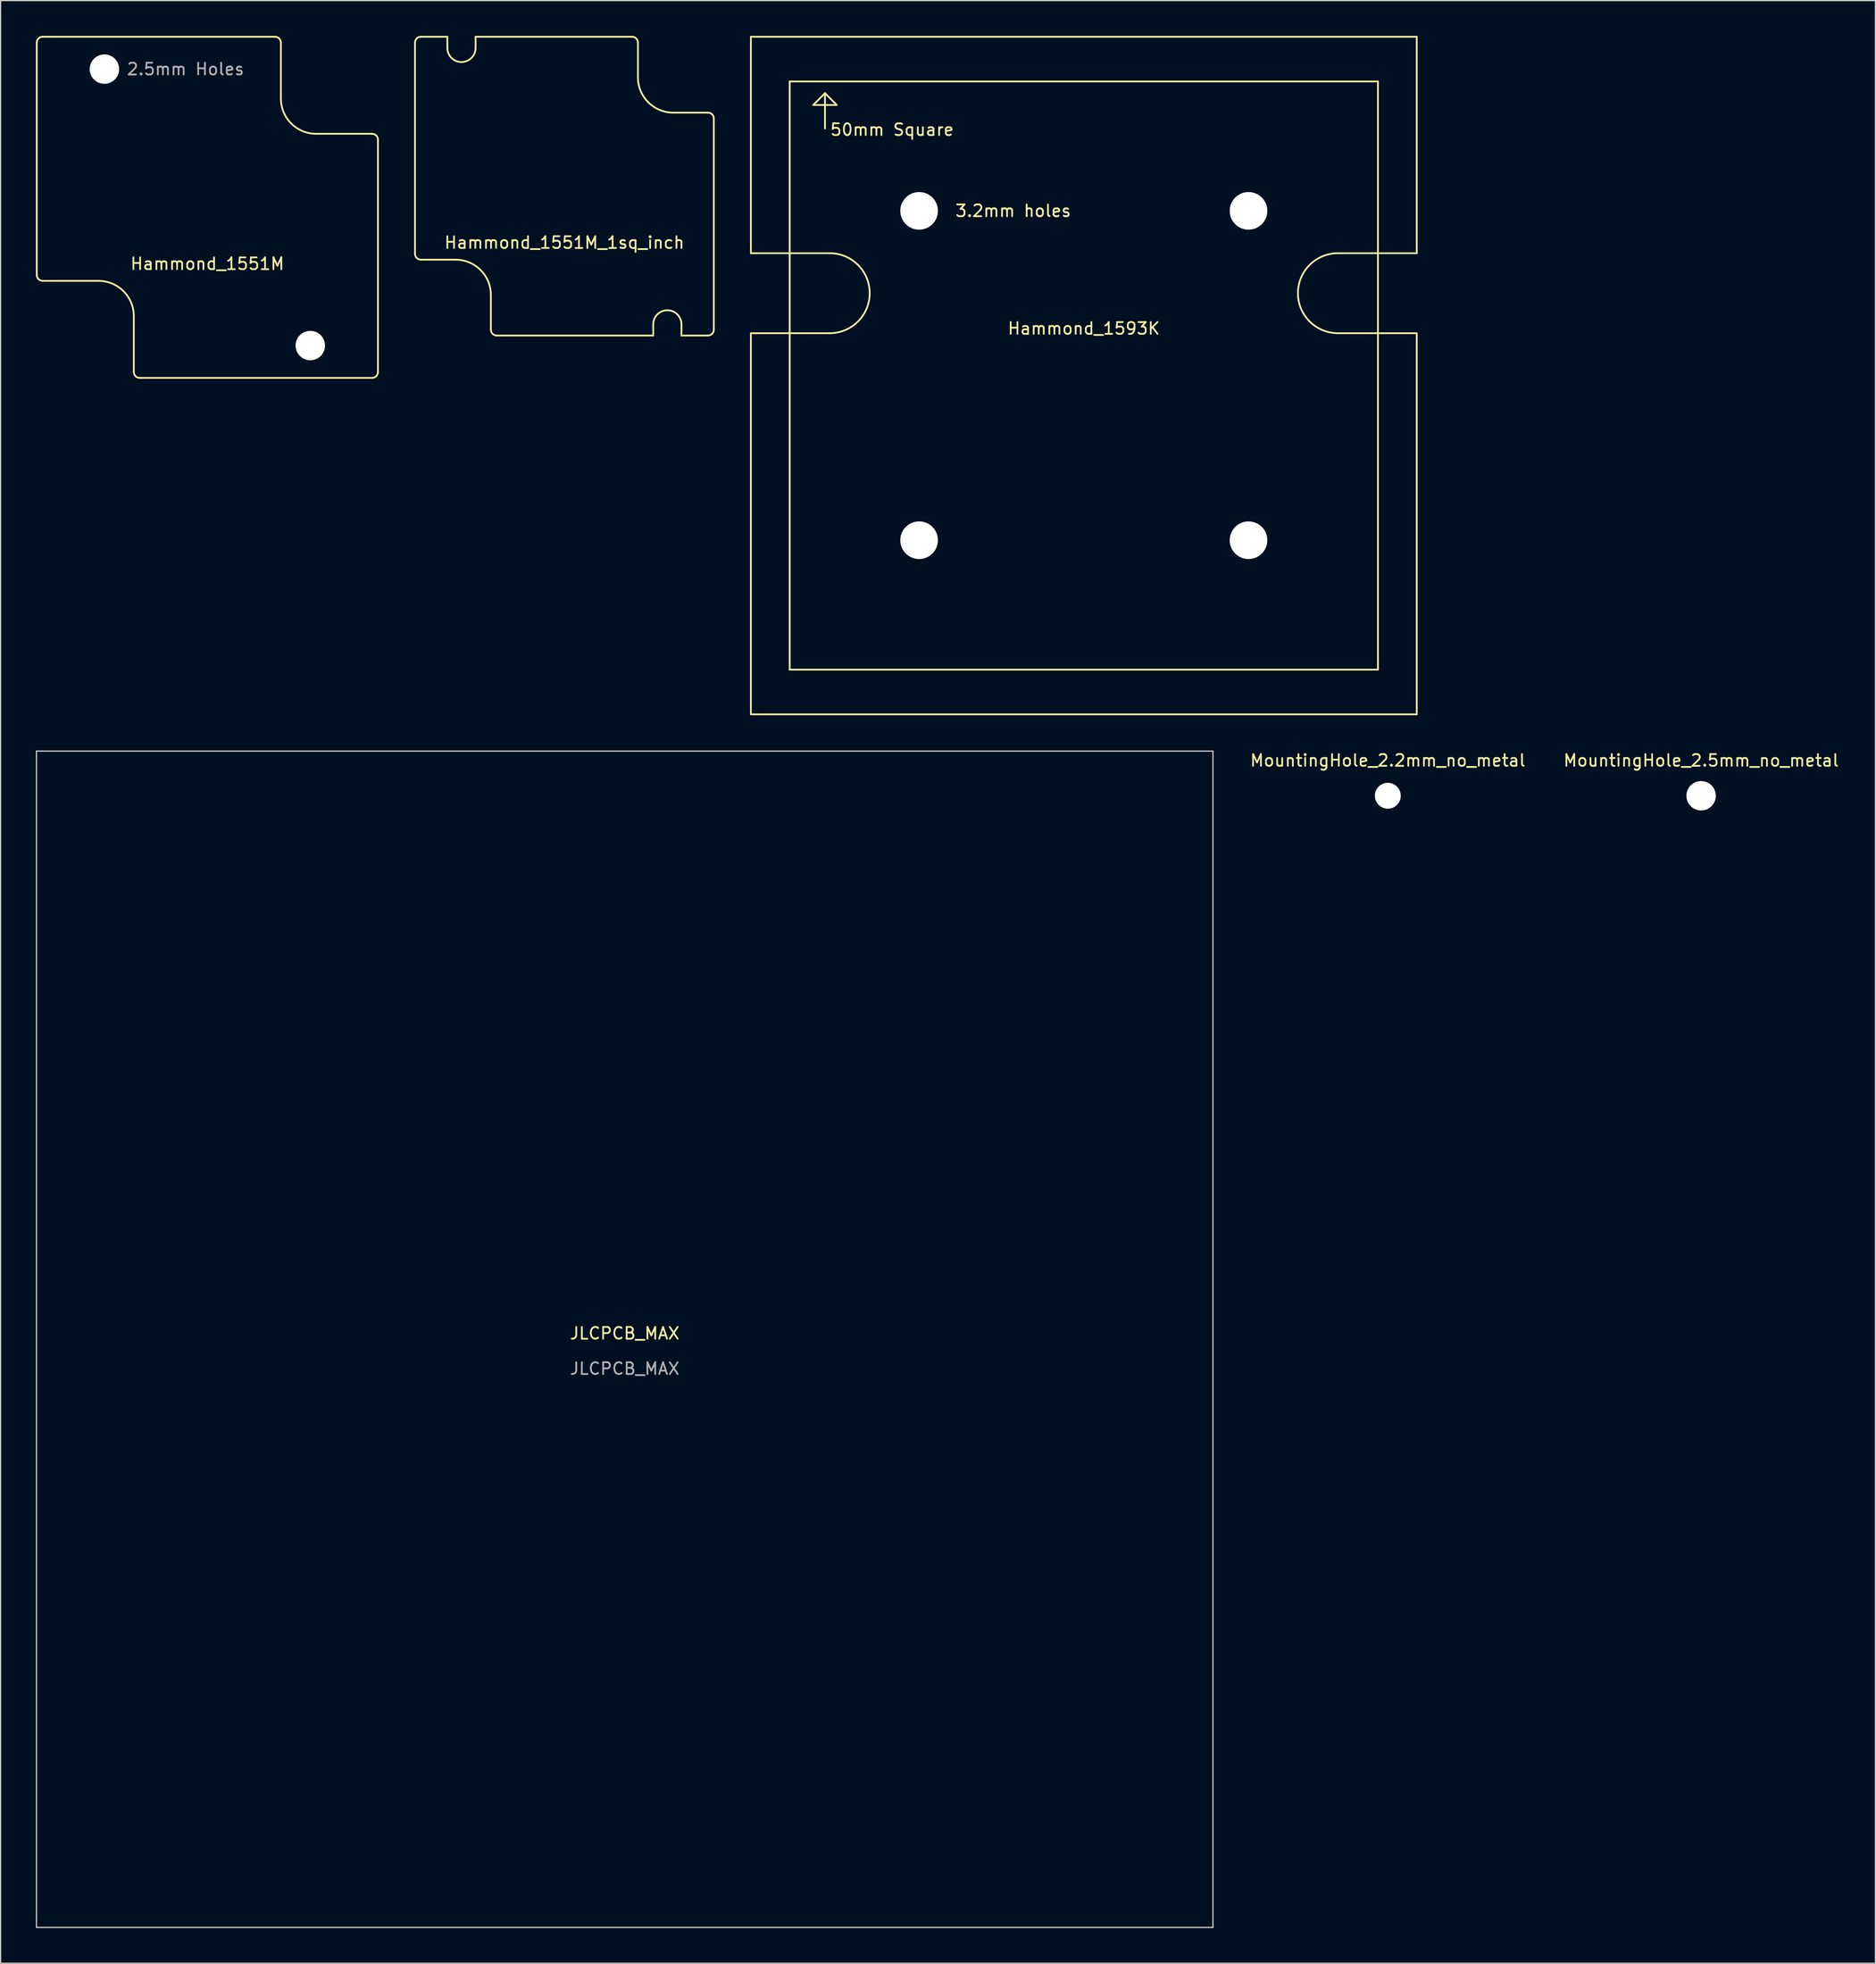
<source format=kicad_pcb>
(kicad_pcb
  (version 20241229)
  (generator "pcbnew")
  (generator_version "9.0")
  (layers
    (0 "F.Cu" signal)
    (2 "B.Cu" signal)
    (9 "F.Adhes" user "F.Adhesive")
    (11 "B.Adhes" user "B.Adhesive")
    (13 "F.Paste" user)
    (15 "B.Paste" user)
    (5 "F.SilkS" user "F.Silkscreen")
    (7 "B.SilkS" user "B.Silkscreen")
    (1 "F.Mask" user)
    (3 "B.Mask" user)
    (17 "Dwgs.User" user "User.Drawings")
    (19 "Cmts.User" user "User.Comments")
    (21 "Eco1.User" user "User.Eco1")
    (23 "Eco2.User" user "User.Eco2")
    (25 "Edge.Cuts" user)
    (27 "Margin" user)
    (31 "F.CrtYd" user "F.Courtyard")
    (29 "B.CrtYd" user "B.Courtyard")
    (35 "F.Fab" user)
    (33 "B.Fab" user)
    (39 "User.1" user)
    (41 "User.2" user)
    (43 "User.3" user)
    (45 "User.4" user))
  (footprint "JLCPCB_MAX"
    (layer "F.Cu")
    (at 50.05 110.8)
    (property "Reference" "JLCPCB_MAX" (at 0 -0.5 0) (unlocked yes) (layer "F.SilkS") (effects (font (size 1 1) (thickness 0.15))))
    (attr smd)
    (fp_line (start -50 -50) (end 50 -50) (stroke (width 0.1) (type solid)) (layer "Edge.Cuts"))
    (fp_line (start -50 50) (end -50 -50) (stroke (width 0.1) (type solid)) (layer "Edge.Cuts"))
    (fp_line (start 50 -50) (end 50 50) (stroke (width 0.1) (type solid)) (layer "Edge.Cuts"))
    (fp_line (start 50 50) (end -50 50) (stroke (width 0.1) (type solid)) (layer "Edge.Cuts"))
    (fp_text user "${REFERENCE}" (at 0 2.5 0) (unlocked yes) (layer "F.Fab") (effects (font (size 1 1) (thickness 0.15)))))
  (footprint "Hammond_1593K"
    (layer "F.Cu")
    (at 89.075 28.875)
    (property "Reference" "Hammond_1593K" (at 0 -4 0) (layer "F.SilkS") (effects (font (size 1 1) (thickness 0.15))))
    (attr through_hole)
    (fp_line (start -28.3 -28.8) (end 28.3 -28.8) (stroke (width 0.15) (type solid)) (layer "F.SilkS"))
    (fp_line (start -28.3 -10.4) (end -28.3 -28.8) (stroke (width 0.15) (type solid)) (layer "F.SilkS"))
    (fp_line (start -28.3 -3.6) (end -28.3 28.8) (stroke (width 0.15) (type solid)) (layer "F.SilkS"))
    (fp_line (start -28.3 -3.6) (end -21.6 -3.6) (stroke (width 0.15) (type solid)) (layer "F.SilkS"))
    (fp_line (start -25 -25) (end 25 -25) (stroke (width 0.15) (type solid)) (layer "F.SilkS"))
    (fp_line (start -25 25) (end -25 -25) (stroke (width 0.15) (type solid)) (layer "F.SilkS"))
    (fp_line (start -23 -23) (end -21 -23) (stroke (width 0.15) (type solid)) (layer "F.SilkS"))
    (fp_line (start -22 -24) (end -23 -23) (stroke (width 0.15) (type solid)) (layer "F.SilkS"))
    (fp_line (start -22 -24) (end -22 -21) (stroke (width 0.15) (type solid)) (layer "F.SilkS"))
    (fp_line (start -21.6 -10.4) (end -28.3 -10.4) (stroke (width 0.15) (type solid)) (layer "F.SilkS"))
    (fp_line (start -21 -23) (end -22 -24) (stroke (width 0.15) (type solid)) (layer "F.SilkS"))
    (fp_line (start 21.6 -10.4) (end 28.3 -10.4) (stroke (width 0.15) (type solid)) (layer "F.SilkS"))
    (fp_line (start 25 -25) (end 25 25) (stroke (width 0.15) (type solid)) (layer "F.SilkS"))
    (fp_line (start 25 25) (end -25 25) (stroke (width 0.15) (type solid)) (layer "F.SilkS"))
    (fp_line (start 28.3 -10.4) (end 28.3 -28.8) (stroke (width 0.15) (type solid)) (layer "F.SilkS"))
    (fp_line (start 28.3 -3.6) (end 21.6 -3.6) (stroke (width 0.15) (type solid)) (layer "F.SilkS"))
    (fp_line (start 28.3 28.8) (end -28.3 28.8) (stroke (width 0.15) (type solid)) (layer "F.SilkS"))
    (fp_line (start 28.3 28.8) (end 28.3 -3.6) (stroke (width 0.15) (type solid)) (layer "F.SilkS"))
    (fp_arc (start -21.6 -10.4) (mid -18.2 -7) (end -21.6 -3.6) (stroke (width 0.15) (type solid)) (layer "F.SilkS"))
    (fp_arc (start 21.6 -3.6) (mid 18.2 -7) (end 21.6 -10.4) (stroke (width 0.15) (type solid)) (layer "F.SilkS"))
    (fp_text user "50mm Square" (at -16.3 -20.9 0) (layer "F.SilkS") (effects (font (size 1 1) (thickness 0.15))))
    (fp_text user "3.2mm holes" (at -6 -14 0) (layer "F.SilkS") (effects (font (size 1 1) (thickness 0.15))))
    (pad "" np_thru_hole circle (at -14 -14) (size 3.2 3.2) (drill 3.2) (layers "*.Cu" "*.Mask"))
    (pad "" np_thru_hole circle (at -14 14) (size 3.2 3.2) (drill 3.2) (layers "*.Cu" "*.Mask"))
    (pad "" np_thru_hole circle (at 14 -14) (size 3.2 3.2) (drill 3.2) (layers "*.Cu" "*.Mask"))
    (pad "" np_thru_hole circle (at 14 14) (size 3.2 3.2) (drill 3.2) (layers "*.Cu" "*.Mask")))
  (footprint "MountingHole_2.5mm_no_metal"
    (layer "F.Cu")
    (at 141.546 64.598)
    (property "Reference" "MountingHole_2.5mm_no_metal" (at 0 -3 0) (layer "F.SilkS") (effects (font (size 1 1) (thickness 0.15))))
    (attr through_hole)
    (pad "" np_thru_hole circle (at 0 0) (size 2.5 2.5) (drill 2.5) (layers "*.Cu" "*.Mask")))
  (footprint "Hammond_1551M"
    (layer "F.Cu")
    (at 14.575 14.575)
    (property "Reference" "Hammond_1551M" (at 0 4.8 0) (layer "F.SilkS") (effects (font (size 1 1) (thickness 0.15))))
    (attr through_hole)
    (fp_line (start -14.5 5.75) (end -14.5 -14) (stroke (width 0.15) (type solid)) (layer "F.SilkS"))
    (fp_line (start -14 -14.5) (end 5.75 -14.5) (stroke (width 0.15) (type solid)) (layer "F.SilkS"))
    (fp_line (start -14 6.25) (end -9.25 6.25) (stroke (width 0.15) (type solid)) (layer "F.SilkS"))
    (fp_line (start -6.25 14) (end -6.25 9.25) (stroke (width 0.15) (type solid)) (layer "F.SilkS"))
    (fp_line (start 6.25 -14) (end 6.25 -9.25) (stroke (width 0.15) (type solid)) (layer "F.SilkS"))
    (fp_line (start 14 -6.25) (end 9.25 -6.25) (stroke (width 0.15) (type solid)) (layer "F.SilkS"))
    (fp_line (start 14 14.5) (end -5.75 14.5) (stroke (width 0.15) (type solid)) (layer "F.SilkS"))
    (fp_line (start 14.5 -5.75) (end 14.5 14) (stroke (width 0.15) (type solid)) (layer "F.SilkS"))
    (fp_arc (start -14.5 -14) (mid -14.353553 -14.353553) (end -14 -14.5) (stroke (width 0.15) (type solid)) (layer "F.SilkS"))
    (fp_arc (start -14 6.25) (mid -14.353553 6.103553) (end -14.5 5.75) (stroke (width 0.15) (type solid)) (layer "F.SilkS"))
    (fp_arc (start -9.25 6.25) (mid -7.12868 7.12868) (end -6.25 9.25) (stroke (width 0.15) (type solid)) (layer "F.SilkS"))
    (fp_arc (start -5.75 14.5) (mid -6.103553 14.353553) (end -6.25 14) (stroke (width 0.15) (type solid)) (layer "F.SilkS"))
    (fp_arc (start 5.75 -14.5) (mid 6.103553 -14.353553) (end 6.25 -14) (stroke (width 0.15) (type solid)) (layer "F.SilkS"))
    (fp_arc (start 9.25 -6.25) (mid 7.12868 -7.12868) (end 6.25 -9.25) (stroke (width 0.15) (type solid)) (layer "F.SilkS"))
    (fp_arc (start 14 -6.25) (mid 14.353553 -6.103553) (end 14.5 -5.75) (stroke (width 0.15) (type solid)) (layer "F.SilkS"))
    (fp_arc (start 14.5 14) (mid 14.353553 14.353553) (end 14 14.5) (stroke (width 0.15) (type solid)) (layer "F.SilkS"))
    (fp_text user "2.5mm Holes" (at -1.85 -11.75 0) (layer "F.Fab") (effects (font (size 1 1) (thickness 0.15))))
    (pad "" np_thru_hole circle (at -8.75 -11.75) (size 2.5 2.5) (drill 2.5) (layers "*.Cu"))
    (pad "" np_thru_hole circle (at 8.75 11.75) (size 2.5 2.5) (drill 2.5) (layers "*.Cu")))
  (footprint "Hammond_1551M_1sq_inch"
    (layer "F.Cu")
    (at 44.925 12.775)
    (property "Reference" "Hammond_1551M_1sq_inch" (at 0 4.8 0) (layer "F.SilkS") (effects (font (size 1 1) (thickness 0.15))))
    (attr through_hole)
    (fp_line (start -12.7 5.75) (end -12.7 -12.2) (stroke (width 0.15) (type solid)) (layer "F.SilkS"))
    (fp_line (start -12.2 -12.7) (end -9.95 -12.7) (stroke (width 0.15) (type solid)) (layer "F.SilkS"))
    (fp_line (start -12.2 6.25) (end -9.25 6.25) (stroke (width 0.15) (type solid)) (layer "F.SilkS"))
    (fp_line (start -9.95 -11.75) (end -9.95 -12.7) (stroke (width 0.15) (type solid)) (layer "F.SilkS"))
    (fp_line (start -7.55 -12.7) (end 5.75 -12.7) (stroke (width 0.15) (type solid)) (layer "F.SilkS"))
    (fp_line (start -7.55 -11.75) (end -7.55 -12.7) (stroke (width 0.15) (type solid)) (layer "F.SilkS"))
    (fp_line (start -6.25 12.2) (end -6.25 9.25) (stroke (width 0.15) (type solid)) (layer "F.SilkS"))
    (fp_line (start 6.25 -12.2) (end 6.25 -9.25) (stroke (width 0.15) (type solid)) (layer "F.SilkS"))
    (fp_line (start 7.55 11.75) (end 7.55 12.7) (stroke (width 0.15) (type solid)) (layer "F.SilkS"))
    (fp_line (start 7.55 12.7) (end -5.75 12.7) (stroke (width 0.15) (type solid)) (layer "F.SilkS"))
    (fp_line (start 9.95 11.75) (end 9.95 12.7) (stroke (width 0.15) (type solid)) (layer "F.SilkS"))
    (fp_line (start 9.95 12.7) (end 12.2 12.7) (stroke (width 0.15) (type solid)) (layer "F.SilkS"))
    (fp_line (start 12.2 -6.25) (end 9.25 -6.25) (stroke (width 0.15) (type solid)) (layer "F.SilkS"))
    (fp_line (start 12.7 -5.75) (end 12.7 12.2) (stroke (width 0.15) (type solid)) (layer "F.SilkS"))
    (fp_arc (start -12.7 -12.2) (mid -12.553553 -12.553553) (end -12.2 -12.7) (stroke (width 0.15) (type solid)) (layer "F.SilkS"))
    (fp_arc (start -12.2 6.25) (mid -12.553553 6.103553) (end -12.7 5.75) (stroke (width 0.15) (type solid)) (layer "F.SilkS"))
    (fp_arc (start -9.25 6.25) (mid -7.12868 7.12868) (end -6.25 9.25) (stroke (width 0.15) (type solid)) (layer "F.SilkS"))
    (fp_arc (start -7.55 -11.75) (mid -8.75 -10.55) (end -9.95 -11.75) (stroke (width 0.15) (type solid)) (layer "F.SilkS"))
    (fp_arc (start -5.75 12.7) (mid -6.103553 12.553553) (end -6.25 12.2) (stroke (width 0.15) (type solid)) (layer "F.SilkS"))
    (fp_arc (start 5.75 -12.7) (mid 6.103553 -12.553553) (end 6.25 -12.2) (stroke (width 0.15) (type solid)) (layer "F.SilkS"))
    (fp_arc (start 7.55 11.75) (mid 8.75 10.55) (end 9.95 11.75) (stroke (width 0.15) (type solid)) (layer "F.SilkS"))
    (fp_arc (start 9.25 -6.25) (mid 7.12868 -7.12868) (end 6.25 -9.25) (stroke (width 0.15) (type solid)) (layer "F.SilkS"))
    (fp_arc (start 12.2 -6.25) (mid 12.553553 -6.103553) (end 12.7 -5.75) (stroke (width 0.15) (type solid)) (layer "F.SilkS"))
    (fp_arc (start 12.7 12.2) (mid 12.553553 12.553553) (end 12.2 12.7) (stroke (width 0.15) (type solid)) (layer "F.SilkS")))
  (footprint "MountingHole_2.2mm_no_metal"
    (layer "F.Cu")
    (at 114.915 64.598)
    (property "Reference" "MountingHole_2.2mm_no_metal" (at 0 -3 0) (layer "F.SilkS") (effects (font (size 1 1) (thickness 0.15))))
    (attr through_hole)
    (pad "" np_thru_hole circle (at 0 0) (size 2.2 2.2) (drill 2.2) (layers "*.Cu" "*.Mask")))
  (gr_rect
    (start -3 -3)
    (end 156.362 163.85)
    (stroke (width 0.1) (type default))
    (fill no)
    (layer "Edge.Cuts")))
</source>
